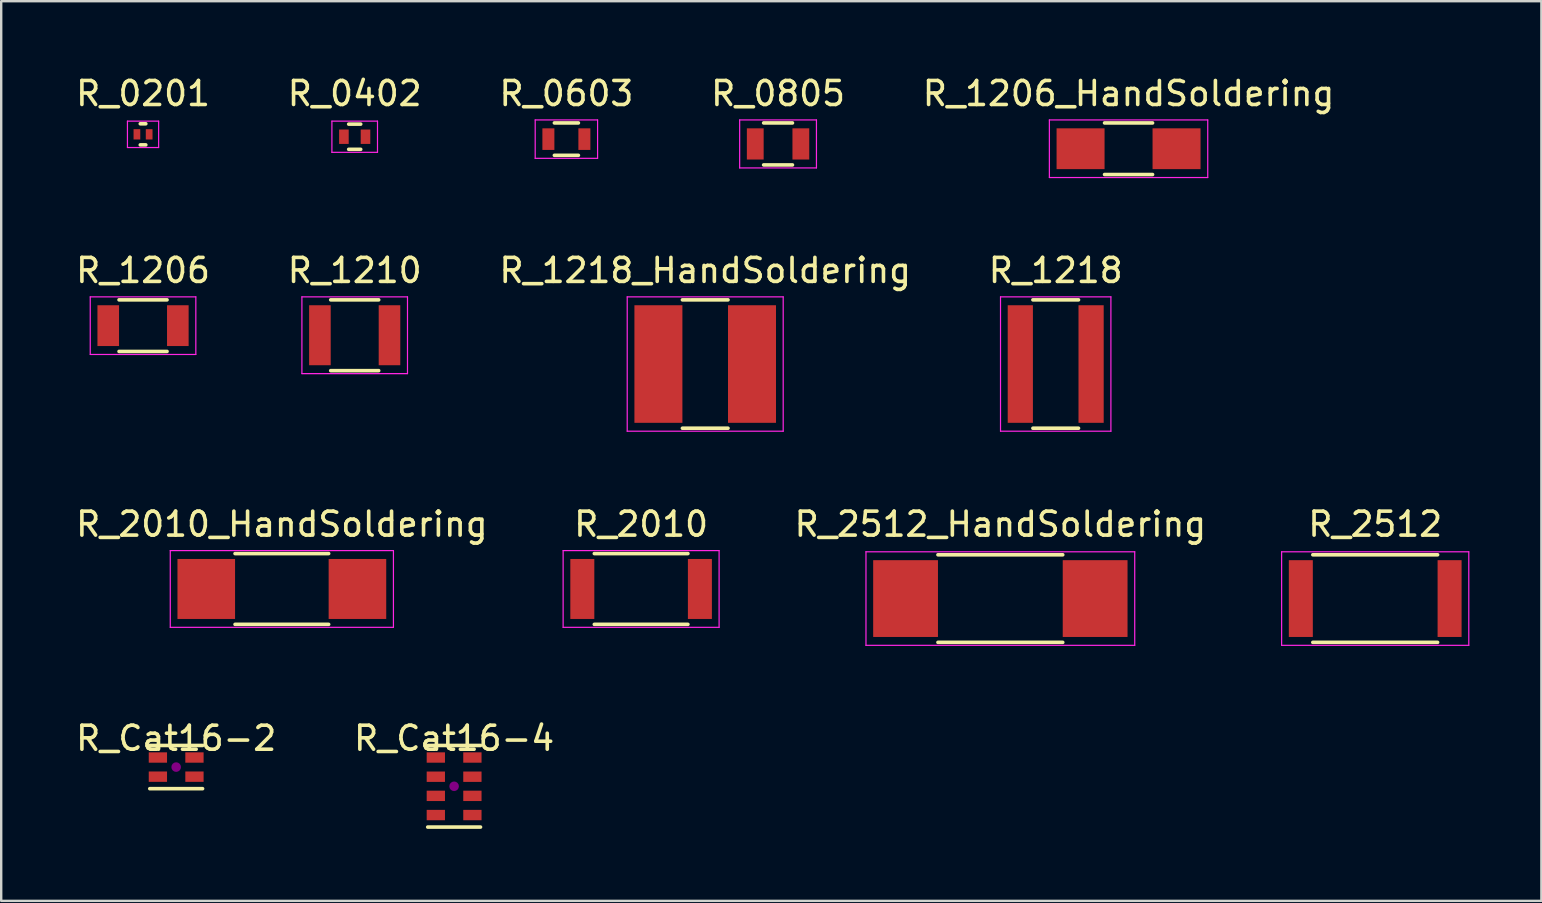
<source format=kicad_pcb>
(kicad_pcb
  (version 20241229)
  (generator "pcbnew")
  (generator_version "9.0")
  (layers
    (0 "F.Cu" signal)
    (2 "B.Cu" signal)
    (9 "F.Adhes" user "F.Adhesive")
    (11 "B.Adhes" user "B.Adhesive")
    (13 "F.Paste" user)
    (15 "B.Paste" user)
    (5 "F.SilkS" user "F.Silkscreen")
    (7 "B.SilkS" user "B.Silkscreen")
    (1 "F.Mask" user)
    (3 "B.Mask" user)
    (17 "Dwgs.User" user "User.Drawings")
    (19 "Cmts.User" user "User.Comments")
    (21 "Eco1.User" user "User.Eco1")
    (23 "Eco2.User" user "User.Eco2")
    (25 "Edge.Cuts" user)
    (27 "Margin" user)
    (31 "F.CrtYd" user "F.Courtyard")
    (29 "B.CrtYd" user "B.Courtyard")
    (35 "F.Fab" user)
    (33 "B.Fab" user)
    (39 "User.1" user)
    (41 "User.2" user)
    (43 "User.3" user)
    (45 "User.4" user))
  (footprint "R_1218"
    (layer "F.Cu")
    (at 40.946 12.121)
    (property "Reference" "R_1218" (at 0 -3.9 0) (layer "F.SilkS") (effects (font (size 1 1) (thickness 0.15))))
    (attr smd)
    (fp_line (start -0.95 -2.675) (end 0.95 -2.675) (stroke (width 0.15) (type solid)) (layer "F.SilkS"))
    (fp_line (start 0.95 2.675) (end -0.95 2.675) (stroke (width 0.15) (type solid)) (layer "F.SilkS"))
    (fp_line (start -2.3 -2.8) (end -2.3 2.8) (stroke (width 0.05) (type solid)) (layer "F.CrtYd"))
    (fp_line (start -2.3 -2.8) (end 2.3 -2.8) (stroke (width 0.05) (type solid)) (layer "F.CrtYd"))
    (fp_line (start -2.3 2.8) (end 2.3 2.8) (stroke (width 0.05) (type solid)) (layer "F.CrtYd"))
    (fp_line (start 2.3 -2.8) (end 2.3 2.8) (stroke (width 0.05) (type solid)) (layer "F.CrtYd"))
    (pad "1" smd rect (at -1.475 0) (size 1.05 4.9) (layers "F.Cu" "F.Mask" "F.Paste"))
    (pad "2" smd rect (at 1.475 0) (size 1.05 4.9) (layers "F.Cu" "F.Mask" "F.Paste")))
  (footprint "R_1206_HandSoldering"
    (layer "F.Cu")
    (at 43.982 3.148)
    (property "Reference" "R_1206_HandSoldering" (at 0 -2.3 0) (layer "F.SilkS") (effects (font (size 1 1) (thickness 0.15))))
    (attr smd)
    (fp_line (start -1 -1.075) (end 1 -1.075) (stroke (width 0.15) (type solid)) (layer "F.SilkS"))
    (fp_line (start 1 1.075) (end -1 1.075) (stroke (width 0.15) (type solid)) (layer "F.SilkS"))
    (fp_line (start -3.3 -1.2) (end -3.3 1.2) (stroke (width 0.05) (type solid)) (layer "F.CrtYd"))
    (fp_line (start -3.3 -1.2) (end 3.3 -1.2) (stroke (width 0.05) (type solid)) (layer "F.CrtYd"))
    (fp_line (start -3.3 1.2) (end 3.3 1.2) (stroke (width 0.05) (type solid)) (layer "F.CrtYd"))
    (fp_line (start 3.3 -1.2) (end 3.3 1.2) (stroke (width 0.05) (type solid)) (layer "F.CrtYd"))
    (pad "1" smd rect (at -2 0) (size 2 1.7) (layers "F.Cu" "F.Mask" "F.Paste"))
    (pad "2" smd rect (at 2 0) (size 2 1.7) (layers "F.Cu" "F.Mask" "F.Paste")))
  (footprint "R_0603"
    (layer "F.Cu")
    (at 20.554 2.748)
    (property "Reference" "R_0603" (at 0 -1.9 0) (layer "F.SilkS") (effects (font (size 1 1) (thickness 0.15))))
    (attr smd)
    (fp_line (start -0.5 -0.675) (end 0.5 -0.675) (stroke (width 0.15) (type solid)) (layer "F.SilkS"))
    (fp_line (start 0.5 0.675) (end -0.5 0.675) (stroke (width 0.15) (type solid)) (layer "F.SilkS"))
    (fp_line (start -1.3 -0.8) (end -1.3 0.8) (stroke (width 0.05) (type solid)) (layer "F.CrtYd"))
    (fp_line (start -1.3 -0.8) (end 1.3 -0.8) (stroke (width 0.05) (type solid)) (layer "F.CrtYd"))
    (fp_line (start -1.3 0.8) (end 1.3 0.8) (stroke (width 0.05) (type solid)) (layer "F.CrtYd"))
    (fp_line (start 1.3 -0.8) (end 1.3 0.8) (stroke (width 0.05) (type solid)) (layer "F.CrtYd"))
    (pad "1" smd rect (at -0.75 0) (size 0.5 0.9) (layers "F.Cu" "F.Mask" "F.Paste"))
    (pad "2" smd rect (at 0.75 0) (size 0.5 0.9) (layers "F.Cu" "F.Mask" "F.Paste")))
  (footprint "R_2010_HandSoldering"
    (layer "F.Cu")
    (at 8.696 21.495)
    (property "Reference" "R_2010_HandSoldering" (at 0 -2.7 0) (layer "F.SilkS") (effects (font (size 1 1) (thickness 0.15))))
    (attr smd)
    (fp_line (start -1.95 -1.475) (end 1.95 -1.475) (stroke (width 0.15) (type solid)) (layer "F.SilkS"))
    (fp_line (start 1.95 1.475) (end -1.95 1.475) (stroke (width 0.15) (type solid)) (layer "F.SilkS"))
    (fp_line (start -4.65 -1.6) (end -4.65 1.6) (stroke (width 0.05) (type solid)) (layer "F.CrtYd"))
    (fp_line (start -4.65 -1.6) (end 4.65 -1.6) (stroke (width 0.05) (type solid)) (layer "F.CrtYd"))
    (fp_line (start -4.65 1.6) (end 4.65 1.6) (stroke (width 0.05) (type solid)) (layer "F.CrtYd"))
    (fp_line (start 4.65 -1.6) (end 4.65 1.6) (stroke (width 0.05) (type solid)) (layer "F.CrtYd"))
    (pad "1" smd rect (at -3.15 0) (size 2.4 2.5) (layers "F.Cu" "F.Mask" "F.Paste"))
    (pad "2" smd rect (at 3.15 0) (size 2.4 2.5) (layers "F.Cu" "F.Mask" "F.Paste")))
  (footprint "R_0201"
    (layer "F.Cu")
    (at 2.911 2.548)
    (property "Reference" "R_0201" (at 0 -1.7 0) (layer "F.SilkS") (effects (font (size 1 1) (thickness 0.15))))
    (attr smd)
    (fp_line (start -0.115 0.44) (end 0.115 0.44) (stroke (width 0.15) (type solid)) (layer "F.SilkS"))
    (fp_line (start 0.115 -0.44) (end -0.115 -0.44) (stroke (width 0.15) (type solid)) (layer "F.SilkS"))
    (fp_line (start -0.65 -0.55) (end -0.65 0.55) (stroke (width 0.05) (type solid)) (layer "F.CrtYd"))
    (fp_line (start -0.65 -0.55) (end 0.65 -0.55) (stroke (width 0.05) (type solid)) (layer "F.CrtYd"))
    (fp_line (start -0.65 0.55) (end 0.65 0.55) (stroke (width 0.05) (type solid)) (layer "F.CrtYd"))
    (fp_line (start 0.65 -0.55) (end 0.65 0.55) (stroke (width 0.05) (type solid)) (layer "F.CrtYd"))
    (pad "1" smd rect (at -0.255 0) (size 0.28 0.43) (layers "F.Cu" "F.Mask" "F.Paste"))
    (pad "2" smd rect (at 0.255 0) (size 0.28 0.43) (layers "F.Cu" "F.Mask" "F.Paste")))
  (footprint "R_Cat16-2"
    (layer "F.Cu")
    (at 4.292 28.918)
    (property "Reference" "R_Cat16-2" (at 0 -1.2 0) (layer "F.SilkS") (effects (font (size 1 1) (thickness 0.15))))
    (attr through_hole)
    (fp_line (start -1.1 -0.9) (end 1.1 -0.9) (stroke (width 0.15) (type solid)) (layer "F.SilkS"))
    (fp_line (start -1.1 0.9) (end 1.1 0.9) (stroke (width 0.15) (type solid)) (layer "F.SilkS"))
    (fp_circle (center 0 0) (end 0.1 0) (stroke (width 0.2) (type solid)) (fill no) (layer "F.Adhes"))
    (pad "1" smd rect (at 0.762 0.399) (size 0.762 0.432) (layers "F.Cu" "F.Mask" "F.Paste"))
    (pad "2" smd rect (at 0.762 -0.399) (size 0.762 0.432) (layers "F.Cu" "F.Mask" "F.Paste"))
    (pad "3" smd rect (at -0.762 -0.399) (size 0.762 0.432) (layers "F.Cu" "F.Mask" "F.Paste"))
    (pad "4" smd rect (at -0.762 0.399) (size 0.762 0.432) (layers "F.Cu" "F.Mask" "F.Paste")))
  (footprint "R_Cat16-4"
    (layer "F.Cu")
    (at 15.875 29.718)
    (property "Reference" "R_Cat16-4" (at 0 -2 0) (layer "F.SilkS") (effects (font (size 1 1) (thickness 0.15))))
    (attr through_hole)
    (fp_line (start -1.1 -1.7) (end 1.1 -1.7) (stroke (width 0.15) (type solid)) (layer "F.SilkS"))
    (fp_line (start -1.1 1.7) (end 1.1 1.7) (stroke (width 0.15) (type solid)) (layer "F.SilkS"))
    (fp_circle (center 0 0) (end 0.1 0) (stroke (width 0.2) (type solid)) (fill no) (layer "F.Adhes"))
    (pad "1" smd rect (at 0.762 1.199) (size 0.762 0.432) (layers "F.Cu" "F.Mask" "F.Paste"))
    (pad "2" smd rect (at 0.762 0.399) (size 0.762 0.432) (layers "F.Cu" "F.Mask" "F.Paste"))
    (pad "3" smd rect (at 0.762 -0.399) (size 0.762 0.432) (layers "F.Cu" "F.Mask" "F.Paste"))
    (pad "4" smd rect (at 0.762 -1.199) (size 0.762 0.432) (layers "F.Cu" "F.Mask" "F.Paste"))
    (pad "5" smd rect (at -0.762 -1.199) (size 0.762 0.432) (layers "F.Cu" "F.Mask" "F.Paste"))
    (pad "6" smd rect (at -0.762 -0.399) (size 0.762 0.432) (layers "F.Cu" "F.Mask" "F.Paste"))
    (pad "7" smd rect (at -0.762 0.399) (size 0.762 0.432) (layers "F.Cu" "F.Mask" "F.Paste"))
    (pad "8" smd rect (at -0.762 1.199) (size 0.762 0.432) (layers "F.Cu" "F.Mask" "F.Paste")))
  (footprint "R_1210"
    (layer "F.Cu")
    (at 11.732 10.921)
    (property "Reference" "R_1210" (at 0 -2.7 0) (layer "F.SilkS") (effects (font (size 1 1) (thickness 0.15))))
    (attr smd)
    (fp_line (start -1 -1.475) (end 1 -1.475) (stroke (width 0.15) (type solid)) (layer "F.SilkS"))
    (fp_line (start 1 1.475) (end -1 1.475) (stroke (width 0.15) (type solid)) (layer "F.SilkS"))
    (fp_line (start -2.2 -1.6) (end -2.2 1.6) (stroke (width 0.05) (type solid)) (layer "F.CrtYd"))
    (fp_line (start -2.2 -1.6) (end 2.2 -1.6) (stroke (width 0.05) (type solid)) (layer "F.CrtYd"))
    (fp_line (start -2.2 1.6) (end 2.2 1.6) (stroke (width 0.05) (type solid)) (layer "F.CrtYd"))
    (fp_line (start 2.2 -1.6) (end 2.2 1.6) (stroke (width 0.05) (type solid)) (layer "F.CrtYd"))
    (pad "1" smd rect (at -1.45 0) (size 0.9 2.5) (layers "F.Cu" "F.Mask" "F.Paste"))
    (pad "2" smd rect (at 1.45 0) (size 0.9 2.5) (layers "F.Cu" "F.Mask" "F.Paste")))
  (footprint "R_1218_HandSoldering"
    (layer "F.Cu")
    (at 26.339 12.121)
    (property "Reference" "R_1218_HandSoldering" (at 0 -3.9 0) (layer "F.SilkS") (effects (font (size 1 1) (thickness 0.15))))
    (attr smd)
    (fp_line (start -0.95 -2.675) (end 0.95 -2.675) (stroke (width 0.15) (type solid)) (layer "F.SilkS"))
    (fp_line (start 0.95 2.675) (end -0.95 2.675) (stroke (width 0.15) (type solid)) (layer "F.SilkS"))
    (fp_line (start -3.25 -2.8) (end -3.25 2.8) (stroke (width 0.05) (type solid)) (layer "F.CrtYd"))
    (fp_line (start -3.25 -2.8) (end 3.25 -2.8) (stroke (width 0.05) (type solid)) (layer "F.CrtYd"))
    (fp_line (start -3.25 2.8) (end 3.25 2.8) (stroke (width 0.05) (type solid)) (layer "F.CrtYd"))
    (fp_line (start 3.25 -2.8) (end 3.25 2.8) (stroke (width 0.05) (type solid)) (layer "F.CrtYd"))
    (pad "1" smd rect (at -1.95 0) (size 2 4.9) (layers "F.Cu" "F.Mask" "F.Paste"))
    (pad "2" smd rect (at 1.95 0) (size 2 4.9) (layers "F.Cu" "F.Mask" "F.Paste")))
  (footprint "R_2010"
    (layer "F.Cu")
    (at 23.668 21.495)
    (property "Reference" "R_2010" (at 0 -2.7 0) (layer "F.SilkS") (effects (font (size 1 1) (thickness 0.15))))
    (attr smd)
    (fp_line (start -1.95 -1.475) (end 1.95 -1.475) (stroke (width 0.15) (type solid)) (layer "F.SilkS"))
    (fp_line (start 1.95 1.475) (end -1.95 1.475) (stroke (width 0.15) (type solid)) (layer "F.SilkS"))
    (fp_line (start -3.25 -1.6) (end -3.25 1.6) (stroke (width 0.05) (type solid)) (layer "F.CrtYd"))
    (fp_line (start -3.25 -1.6) (end 3.25 -1.6) (stroke (width 0.05) (type solid)) (layer "F.CrtYd"))
    (fp_line (start -3.25 1.6) (end 3.25 1.6) (stroke (width 0.05) (type solid)) (layer "F.CrtYd"))
    (fp_line (start 3.25 -1.6) (end 3.25 1.6) (stroke (width 0.05) (type solid)) (layer "F.CrtYd"))
    (pad "1" smd rect (at -2.45 0) (size 1 2.5) (layers "F.Cu" "F.Mask" "F.Paste"))
    (pad "2" smd rect (at 2.45 0) (size 1 2.5) (layers "F.Cu" "F.Mask" "F.Paste")))
  (footprint "R_2512_HandSoldering"
    (layer "F.Cu")
    (at 38.639 21.895)
    (property "Reference" "R_2512_HandSoldering" (at 0 -3.1 0) (layer "F.SilkS") (effects (font (size 1 1) (thickness 0.15))))
    (attr smd)
    (fp_line (start -2.6 -1.825) (end 2.6 -1.825) (stroke (width 0.15) (type solid)) (layer "F.SilkS"))
    (fp_line (start 2.6 1.825) (end -2.6 1.825) (stroke (width 0.15) (type solid)) (layer "F.SilkS"))
    (fp_line (start -5.6 -1.95) (end -5.6 1.95) (stroke (width 0.05) (type solid)) (layer "F.CrtYd"))
    (fp_line (start -5.6 -1.95) (end 5.6 -1.95) (stroke (width 0.05) (type solid)) (layer "F.CrtYd"))
    (fp_line (start -5.6 1.95) (end 5.6 1.95) (stroke (width 0.05) (type solid)) (layer "F.CrtYd"))
    (fp_line (start 5.6 -1.95) (end 5.6 1.95) (stroke (width 0.05) (type solid)) (layer "F.CrtYd"))
    (pad "1" smd rect (at -3.95 0) (size 2.7 3.2) (layers "F.Cu" "F.Mask" "F.Paste"))
    (pad "2" smd rect (at 3.95 0) (size 2.7 3.2) (layers "F.Cu" "F.Mask" "F.Paste")))
  (footprint "R_1206"
    (layer "F.Cu")
    (at 2.911 10.521)
    (property "Reference" "R_1206" (at 0 -2.3 0) (layer "F.SilkS") (effects (font (size 1 1) (thickness 0.15))))
    (attr smd)
    (fp_line (start -1 -1.075) (end 1 -1.075) (stroke (width 0.15) (type solid)) (layer "F.SilkS"))
    (fp_line (start 1 1.075) (end -1 1.075) (stroke (width 0.15) (type solid)) (layer "F.SilkS"))
    (fp_line (start -2.2 -1.2) (end -2.2 1.2) (stroke (width 0.05) (type solid)) (layer "F.CrtYd"))
    (fp_line (start -2.2 -1.2) (end 2.2 -1.2) (stroke (width 0.05) (type solid)) (layer "F.CrtYd"))
    (fp_line (start -2.2 1.2) (end 2.2 1.2) (stroke (width 0.05) (type solid)) (layer "F.CrtYd"))
    (fp_line (start 2.2 -1.2) (end 2.2 1.2) (stroke (width 0.05) (type solid)) (layer "F.CrtYd"))
    (pad "1" smd rect (at -1.45 0) (size 0.9 1.7) (layers "F.Cu" "F.Mask" "F.Paste"))
    (pad "2" smd rect (at 1.45 0) (size 0.9 1.7) (layers "F.Cu" "F.Mask" "F.Paste")))
  (footprint "R_0805"
    (layer "F.Cu")
    (at 29.375 2.948)
    (property "Reference" "R_0805" (at 0 -2.1 0) (layer "F.SilkS") (effects (font (size 1 1) (thickness 0.15))))
    (attr smd)
    (fp_line (start -0.6 -0.875) (end 0.6 -0.875) (stroke (width 0.15) (type solid)) (layer "F.SilkS"))
    (fp_line (start 0.6 0.875) (end -0.6 0.875) (stroke (width 0.15) (type solid)) (layer "F.SilkS"))
    (fp_line (start -1.6 -1) (end -1.6 1) (stroke (width 0.05) (type solid)) (layer "F.CrtYd"))
    (fp_line (start -1.6 -1) (end 1.6 -1) (stroke (width 0.05) (type solid)) (layer "F.CrtYd"))
    (fp_line (start -1.6 1) (end 1.6 1) (stroke (width 0.05) (type solid)) (layer "F.CrtYd"))
    (fp_line (start 1.6 -1) (end 1.6 1) (stroke (width 0.05) (type solid)) (layer "F.CrtYd"))
    (pad "1" smd rect (at -0.95 0) (size 0.7 1.3) (layers "F.Cu" "F.Mask" "F.Paste"))
    (pad "2" smd rect (at 0.95 0) (size 0.7 1.3) (layers "F.Cu" "F.Mask" "F.Paste")))
  (footprint "R_0402"
    (layer "F.Cu")
    (at 11.732 2.648)
    (property "Reference" "R_0402" (at 0 -1.8 0) (layer "F.SilkS") (effects (font (size 1 1) (thickness 0.15))))
    (attr smd)
    (fp_line (start -0.25 0.525) (end 0.25 0.525) (stroke (width 0.15) (type solid)) (layer "F.SilkS"))
    (fp_line (start 0.25 -0.525) (end -0.25 -0.525) (stroke (width 0.15) (type solid)) (layer "F.SilkS"))
    (fp_line (start -0.95 -0.65) (end -0.95 0.65) (stroke (width 0.05) (type solid)) (layer "F.CrtYd"))
    (fp_line (start -0.95 -0.65) (end 0.95 -0.65) (stroke (width 0.05) (type solid)) (layer "F.CrtYd"))
    (fp_line (start -0.95 0.65) (end 0.95 0.65) (stroke (width 0.05) (type solid)) (layer "F.CrtYd"))
    (fp_line (start 0.95 -0.65) (end 0.95 0.65) (stroke (width 0.05) (type solid)) (layer "F.CrtYd"))
    (pad "1" smd rect (at -0.45 0) (size 0.4 0.6) (layers "F.Cu" "F.Mask" "F.Paste"))
    (pad "2" smd rect (at 0.45 0) (size 0.4 0.6) (layers "F.Cu" "F.Mask" "F.Paste")))
  (footprint "R_2512"
    (layer "F.Cu")
    (at 54.261 21.895)
    (property "Reference" "R_2512" (at 0 -3.1 0) (layer "F.SilkS") (effects (font (size 1 1) (thickness 0.15))))
    (attr smd)
    (fp_line (start -2.6 -1.825) (end 2.6 -1.825) (stroke (width 0.15) (type solid)) (layer "F.SilkS"))
    (fp_line (start 2.6 1.825) (end -2.6 1.825) (stroke (width 0.15) (type solid)) (layer "F.SilkS"))
    (fp_line (start -3.9 -1.95) (end -3.9 1.95) (stroke (width 0.05) (type solid)) (layer "F.CrtYd"))
    (fp_line (start -3.9 -1.95) (end 3.9 -1.95) (stroke (width 0.05) (type solid)) (layer "F.CrtYd"))
    (fp_line (start -3.9 1.95) (end 3.9 1.95) (stroke (width 0.05) (type solid)) (layer "F.CrtYd"))
    (fp_line (start 3.9 -1.95) (end 3.9 1.95) (stroke (width 0.05) (type solid)) (layer "F.CrtYd"))
    (pad "1" smd rect (at -3.1 0) (size 1 3.2) (layers "F.Cu" "F.Mask" "F.Paste"))
    (pad "2" smd rect (at 3.1 0) (size 1 3.2) (layers "F.Cu" "F.Mask" "F.Paste")))
  (gr_rect
    (start -3 -3)
    (end 61.186 34.493)
    (stroke (width 0.1) (type default))
    (fill no)
    (layer "Edge.Cuts")))
</source>
